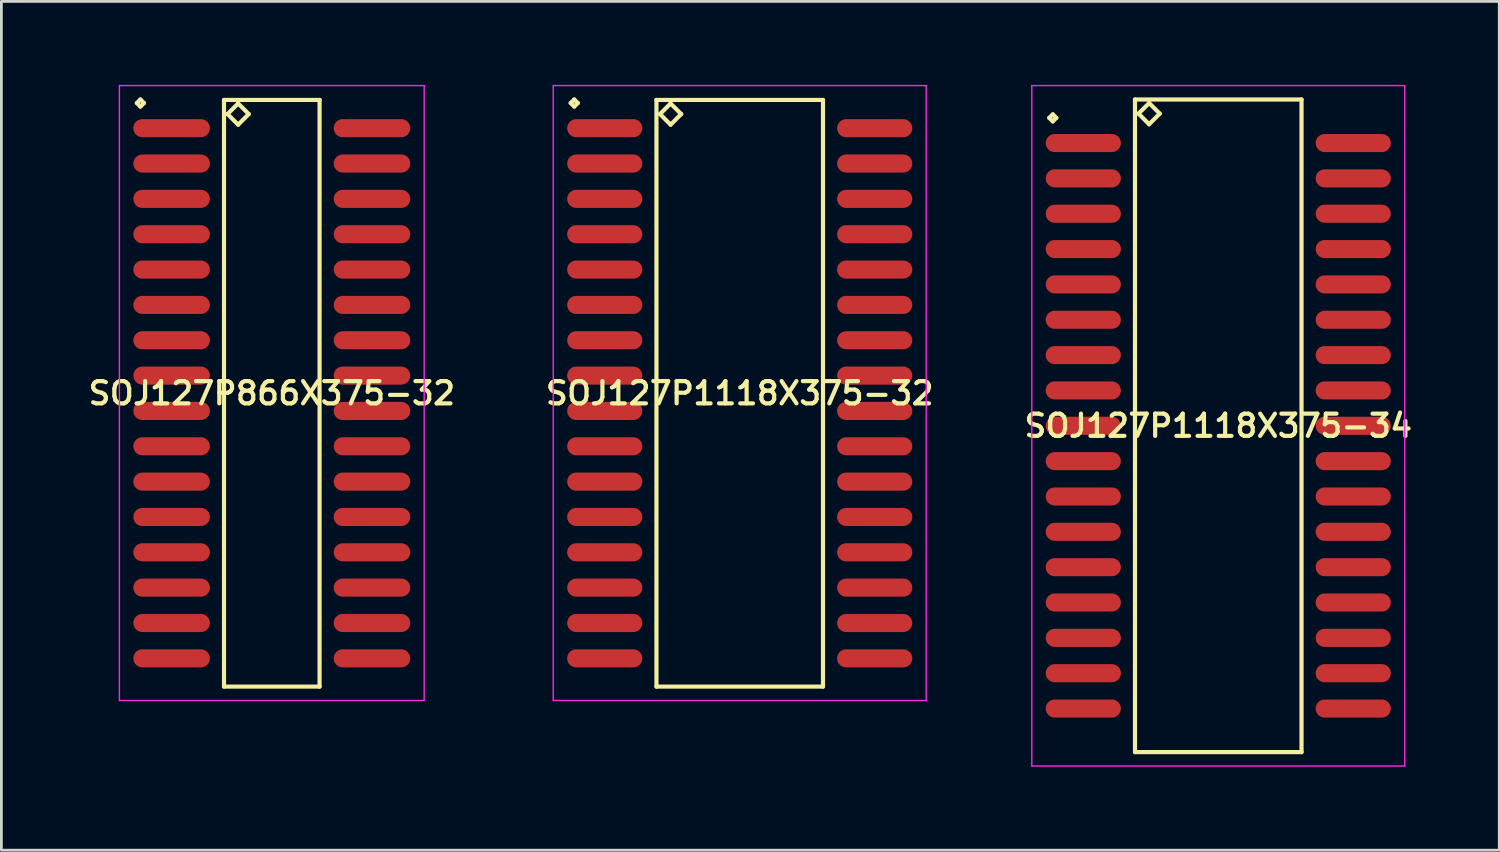
<source format=kicad_pcb>
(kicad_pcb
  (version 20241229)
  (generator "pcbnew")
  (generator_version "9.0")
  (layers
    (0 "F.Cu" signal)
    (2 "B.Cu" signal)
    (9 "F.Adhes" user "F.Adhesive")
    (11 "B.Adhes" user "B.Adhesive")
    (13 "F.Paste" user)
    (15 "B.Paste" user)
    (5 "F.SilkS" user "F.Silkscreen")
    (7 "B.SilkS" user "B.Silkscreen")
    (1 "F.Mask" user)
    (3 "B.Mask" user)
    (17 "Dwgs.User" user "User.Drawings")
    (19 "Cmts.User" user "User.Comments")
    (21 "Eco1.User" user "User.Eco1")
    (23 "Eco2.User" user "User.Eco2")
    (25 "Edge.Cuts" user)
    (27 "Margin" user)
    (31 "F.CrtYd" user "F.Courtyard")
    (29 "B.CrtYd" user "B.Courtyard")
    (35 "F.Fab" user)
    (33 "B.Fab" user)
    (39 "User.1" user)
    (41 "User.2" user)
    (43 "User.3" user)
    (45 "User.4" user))
  (footprint "SOJ127P866X375-32"
    (layer "F.Cu")
    (at 6.716 11.081)
    (property "Reference" "SOJ127P866X375-32" (at 0 0 0) (layer "F.SilkS") (effects (font (size 0.8 0.8) (thickness 0.15))))
    (attr smd)
    (fp_line (start -4.848 -10.429) (end -4.721 -10.556) (stroke (width 0.15) (type solid)) (layer "F.SilkS"))
    (fp_line (start -4.721 -10.556) (end -4.594 -10.429) (stroke (width 0.15) (type solid)) (layer "F.SilkS"))
    (fp_line (start -4.721 -10.302) (end -4.848 -10.429) (stroke (width 0.15) (type solid)) (layer "F.SilkS"))
    (fp_line (start -4.594 -10.429) (end -4.721 -10.302) (stroke (width 0.15) (type solid)) (layer "F.SilkS"))
    (fp_line (start -1.717 -10.54) (end -1.717 10.54) (stroke (width 0.15) (type solid)) (layer "F.SilkS"))
    (fp_line (start -1.717 10.54) (end 1.717 10.54) (stroke (width 0.15) (type solid)) (layer "F.SilkS"))
    (fp_line (start -1.59 -10.032) (end -1.209 -10.413) (stroke (width 0.15) (type solid)) (layer "F.SilkS"))
    (fp_line (start -1.209 -10.413) (end -0.828 -10.032) (stroke (width 0.15) (type solid)) (layer "F.SilkS"))
    (fp_line (start -1.209 -9.651) (end -1.59 -10.032) (stroke (width 0.15) (type solid)) (layer "F.SilkS"))
    (fp_line (start -0.828 -10.032) (end -1.209 -9.651) (stroke (width 0.15) (type solid)) (layer "F.SilkS"))
    (fp_line (start 1.717 -10.54) (end -1.717 -10.54) (stroke (width 0.15) (type solid)) (layer "F.SilkS"))
    (fp_line (start 1.717 10.54) (end 1.717 -10.54) (stroke (width 0.15) (type solid)) (layer "F.SilkS"))
    (fp_line (start -5.475 -11.056) (end 5.475 -11.056) (stroke (width 0.05) (type solid)) (layer "F.CrtYd"))
    (fp_line (start -5.475 11.04) (end -5.475 -11.056) (stroke (width 0.05) (type solid)) (layer "F.CrtYd"))
    (fp_line (start 5.475 -11.056) (end 5.475 11.04) (stroke (width 0.05) (type solid)) (layer "F.CrtYd"))
    (fp_line (start 5.475 11.04) (end -5.475 11.04) (stroke (width 0.05) (type solid)) (layer "F.CrtYd"))
    (pad "1" smd oval (at -3.6 -9.525) (size 2.75 0.65) (layers "F.Cu" "F.Mask" "F.Paste"))
    (pad "2" smd oval (at -3.6 -8.255) (size 2.75 0.65) (layers "F.Cu" "F.Mask" "F.Paste"))
    (pad "3" smd oval (at -3.6 -6.985) (size 2.75 0.65) (layers "F.Cu" "F.Mask" "F.Paste"))
    (pad "4" smd oval (at -3.6 -5.715) (size 2.75 0.65) (layers "F.Cu" "F.Mask" "F.Paste"))
    (pad "5" smd oval (at -3.6 -4.445) (size 2.75 0.65) (layers "F.Cu" "F.Mask" "F.Paste"))
    (pad "6" smd oval (at -3.6 -3.175) (size 2.75 0.65) (layers "F.Cu" "F.Mask" "F.Paste"))
    (pad "7" smd oval (at -3.6 -1.905) (size 2.75 0.65) (layers "F.Cu" "F.Mask" "F.Paste"))
    (pad "8" smd oval (at -3.6 -0.635) (size 2.75 0.65) (layers "F.Cu" "F.Mask" "F.Paste"))
    (pad "9" smd oval (at -3.6 0.635) (size 2.75 0.65) (layers "F.Cu" "F.Mask" "F.Paste"))
    (pad "10" smd oval (at -3.6 1.905) (size 2.75 0.65) (layers "F.Cu" "F.Mask" "F.Paste"))
    (pad "11" smd oval (at -3.6 3.175) (size 2.75 0.65) (layers "F.Cu" "F.Mask" "F.Paste"))
    (pad "12" smd oval (at -3.6 4.445) (size 2.75 0.65) (layers "F.Cu" "F.Mask" "F.Paste"))
    (pad "13" smd oval (at -3.6 5.715) (size 2.75 0.65) (layers "F.Cu" "F.Mask" "F.Paste"))
    (pad "14" smd oval (at -3.6 6.985) (size 2.75 0.65) (layers "F.Cu" "F.Mask" "F.Paste"))
    (pad "15" smd oval (at -3.6 8.255) (size 2.75 0.65) (layers "F.Cu" "F.Mask" "F.Paste"))
    (pad "16" smd oval (at -3.6 9.525) (size 2.75 0.65) (layers "F.Cu" "F.Mask" "F.Paste"))
    (pad "17" smd oval (at 3.6 9.525) (size 2.75 0.65) (layers "F.Cu" "F.Mask" "F.Paste"))
    (pad "18" smd oval (at 3.6 8.255) (size 2.75 0.65) (layers "F.Cu" "F.Mask" "F.Paste"))
    (pad "19" smd oval (at 3.6 6.985) (size 2.75 0.65) (layers "F.Cu" "F.Mask" "F.Paste"))
    (pad "20" smd oval (at 3.6 5.715) (size 2.75 0.65) (layers "F.Cu" "F.Mask" "F.Paste"))
    (pad "21" smd oval (at 3.6 4.445) (size 2.75 0.65) (layers "F.Cu" "F.Mask" "F.Paste"))
    (pad "22" smd oval (at 3.6 3.175) (size 2.75 0.65) (layers "F.Cu" "F.Mask" "F.Paste"))
    (pad "23" smd oval (at 3.6 1.905) (size 2.75 0.65) (layers "F.Cu" "F.Mask" "F.Paste"))
    (pad "24" smd oval (at 3.6 0.635) (size 2.75 0.65) (layers "F.Cu" "F.Mask" "F.Paste"))
    (pad "25" smd oval (at 3.6 -0.635) (size 2.75 0.65) (layers "F.Cu" "F.Mask" "F.Paste"))
    (pad "26" smd oval (at 3.6 -1.905) (size 2.75 0.65) (layers "F.Cu" "F.Mask" "F.Paste"))
    (pad "27" smd oval (at 3.6 -3.175) (size 2.75 0.65) (layers "F.Cu" "F.Mask" "F.Paste"))
    (pad "28" smd oval (at 3.6 -4.445) (size 2.75 0.65) (layers "F.Cu" "F.Mask" "F.Paste"))
    (pad "29" smd oval (at 3.6 -5.715) (size 2.75 0.65) (layers "F.Cu" "F.Mask" "F.Paste"))
    (pad "30" smd oval (at 3.6 -6.985) (size 2.75 0.65) (layers "F.Cu" "F.Mask" "F.Paste"))
    (pad "31" smd oval (at 3.6 -8.255) (size 2.75 0.65) (layers "F.Cu" "F.Mask" "F.Paste"))
    (pad "32" smd oval (at 3.6 -9.525) (size 2.75 0.65) (layers "F.Cu" "F.Mask" "F.Paste")))
  (footprint "SOJ127P1118X375-34"
    (layer "F.Cu")
    (at 40.725 12.25)
    (property "Reference" "SOJ127P1118X375-34" (at 0 0 0) (layer "F.SilkS") (effects (font (size 0.8 0.8) (thickness 0.15))))
    (attr smd)
    (fp_line (start -6.073 -11.064) (end -5.946 -11.191) (stroke (width 0.15) (type solid)) (layer "F.SilkS"))
    (fp_line (start -5.946 -11.191) (end -5.819 -11.064) (stroke (width 0.15) (type solid)) (layer "F.SilkS"))
    (fp_line (start -5.946 -10.937) (end -6.073 -11.064) (stroke (width 0.15) (type solid)) (layer "F.SilkS"))
    (fp_line (start -5.819 -11.064) (end -5.946 -10.937) (stroke (width 0.15) (type solid)) (layer "F.SilkS"))
    (fp_line (start -2.992 -11.725) (end -2.992 11.725) (stroke (width 0.15) (type solid)) (layer "F.SilkS"))
    (fp_line (start -2.992 11.725) (end 2.992 11.725) (stroke (width 0.15) (type solid)) (layer "F.SilkS"))
    (fp_line (start -2.865 -11.217) (end -2.484 -11.598) (stroke (width 0.15) (type solid)) (layer "F.SilkS"))
    (fp_line (start -2.484 -11.598) (end -2.103 -11.217) (stroke (width 0.15) (type solid)) (layer "F.SilkS"))
    (fp_line (start -2.484 -10.836) (end -2.865 -11.217) (stroke (width 0.15) (type solid)) (layer "F.SilkS"))
    (fp_line (start -2.103 -11.217) (end -2.484 -10.836) (stroke (width 0.15) (type solid)) (layer "F.SilkS"))
    (fp_line (start 2.992 -11.725) (end -2.992 -11.725) (stroke (width 0.15) (type solid)) (layer "F.SilkS"))
    (fp_line (start 2.992 11.725) (end 2.992 -11.725) (stroke (width 0.15) (type solid)) (layer "F.SilkS"))
    (fp_line (start -6.7 -12.225) (end 6.7 -12.225) (stroke (width 0.05) (type solid)) (layer "F.CrtYd"))
    (fp_line (start -6.7 12.225) (end -6.7 -12.225) (stroke (width 0.05) (type solid)) (layer "F.CrtYd"))
    (fp_line (start 6.7 -12.225) (end 6.7 12.225) (stroke (width 0.05) (type solid)) (layer "F.CrtYd"))
    (fp_line (start 6.7 12.225) (end -6.7 12.225) (stroke (width 0.05) (type solid)) (layer "F.CrtYd"))
    (pad "1" smd oval (at -4.85 -10.16) (size 2.7 0.65) (layers "F.Cu" "F.Mask" "F.Paste"))
    (pad "2" smd oval (at -4.85 -8.89) (size 2.7 0.65) (layers "F.Cu" "F.Mask" "F.Paste"))
    (pad "3" smd oval (at -4.85 -7.62) (size 2.7 0.65) (layers "F.Cu" "F.Mask" "F.Paste"))
    (pad "4" smd oval (at -4.85 -6.35) (size 2.7 0.65) (layers "F.Cu" "F.Mask" "F.Paste"))
    (pad "5" smd oval (at -4.85 -5.08) (size 2.7 0.65) (layers "F.Cu" "F.Mask" "F.Paste"))
    (pad "6" smd oval (at -4.85 -3.81) (size 2.7 0.65) (layers "F.Cu" "F.Mask" "F.Paste"))
    (pad "7" smd oval (at -4.85 -2.54) (size 2.7 0.65) (layers "F.Cu" "F.Mask" "F.Paste"))
    (pad "8" smd oval (at -4.85 -1.27) (size 2.7 0.65) (layers "F.Cu" "F.Mask" "F.Paste"))
    (pad "9" smd oval (at -4.85 0) (size 2.7 0.65) (layers "F.Cu" "F.Mask" "F.Paste"))
    (pad "10" smd oval (at -4.85 1.27) (size 2.7 0.65) (layers "F.Cu" "F.Mask" "F.Paste"))
    (pad "11" smd oval (at -4.85 2.54) (size 2.7 0.65) (layers "F.Cu" "F.Mask" "F.Paste"))
    (pad "12" smd oval (at -4.85 3.81) (size 2.7 0.65) (layers "F.Cu" "F.Mask" "F.Paste"))
    (pad "13" smd oval (at -4.85 5.08) (size 2.7 0.65) (layers "F.Cu" "F.Mask" "F.Paste"))
    (pad "14" smd oval (at -4.85 6.35) (size 2.7 0.65) (layers "F.Cu" "F.Mask" "F.Paste"))
    (pad "15" smd oval (at -4.85 7.62) (size 2.7 0.65) (layers "F.Cu" "F.Mask" "F.Paste"))
    (pad "16" smd oval (at -4.85 8.89) (size 2.7 0.65) (layers "F.Cu" "F.Mask" "F.Paste"))
    (pad "17" smd oval (at -4.85 10.16) (size 2.7 0.65) (layers "F.Cu" "F.Mask" "F.Paste"))
    (pad "18" smd oval (at 4.85 10.16) (size 2.7 0.65) (layers "F.Cu" "F.Mask" "F.Paste"))
    (pad "19" smd oval (at 4.85 8.89) (size 2.7 0.65) (layers "F.Cu" "F.Mask" "F.Paste"))
    (pad "20" smd oval (at 4.85 7.62) (size 2.7 0.65) (layers "F.Cu" "F.Mask" "F.Paste"))
    (pad "21" smd oval (at 4.85 6.35) (size 2.7 0.65) (layers "F.Cu" "F.Mask" "F.Paste"))
    (pad "22" smd oval (at 4.85 5.08) (size 2.7 0.65) (layers "F.Cu" "F.Mask" "F.Paste"))
    (pad "23" smd oval (at 4.85 3.81) (size 2.7 0.65) (layers "F.Cu" "F.Mask" "F.Paste"))
    (pad "24" smd oval (at 4.85 2.54) (size 2.7 0.65) (layers "F.Cu" "F.Mask" "F.Paste"))
    (pad "25" smd oval (at 4.85 1.27) (size 2.7 0.65) (layers "F.Cu" "F.Mask" "F.Paste"))
    (pad "26" smd oval (at 4.85 0) (size 2.7 0.65) (layers "F.Cu" "F.Mask" "F.Paste"))
    (pad "27" smd oval (at 4.85 -1.27) (size 2.7 0.65) (layers "F.Cu" "F.Mask" "F.Paste"))
    (pad "28" smd oval (at 4.85 -2.54) (size 2.7 0.65) (layers "F.Cu" "F.Mask" "F.Paste"))
    (pad "29" smd oval (at 4.85 -3.81) (size 2.7 0.65) (layers "F.Cu" "F.Mask" "F.Paste"))
    (pad "30" smd oval (at 4.85 -5.08) (size 2.7 0.65) (layers "F.Cu" "F.Mask" "F.Paste"))
    (pad "31" smd oval (at 4.85 -6.35) (size 2.7 0.65) (layers "F.Cu" "F.Mask" "F.Paste"))
    (pad "32" smd oval (at 4.85 -7.62) (size 2.7 0.65) (layers "F.Cu" "F.Mask" "F.Paste"))
    (pad "33" smd oval (at 4.85 -8.89) (size 2.7 0.65) (layers "F.Cu" "F.Mask" "F.Paste"))
    (pad "34" smd oval (at 4.85 -10.16) (size 2.7 0.65) (layers "F.Cu" "F.Mask" "F.Paste")))
  (footprint "SOJ127P1118X375-32"
    (layer "F.Cu")
    (at 23.53 11.081)
    (property "Reference" "SOJ127P1118X375-32" (at 0 0 0) (layer "F.SilkS") (effects (font (size 0.8 0.8) (thickness 0.15))))
    (attr smd)
    (fp_line (start -6.073 -10.429) (end -5.946 -10.556) (stroke (width 0.15) (type solid)) (layer "F.SilkS"))
    (fp_line (start -5.946 -10.556) (end -5.819 -10.429) (stroke (width 0.15) (type solid)) (layer "F.SilkS"))
    (fp_line (start -5.946 -10.302) (end -6.073 -10.429) (stroke (width 0.15) (type solid)) (layer "F.SilkS"))
    (fp_line (start -5.819 -10.429) (end -5.946 -10.302) (stroke (width 0.15) (type solid)) (layer "F.SilkS"))
    (fp_line (start -2.992 -10.54) (end -2.992 10.54) (stroke (width 0.15) (type solid)) (layer "F.SilkS"))
    (fp_line (start -2.992 10.54) (end 2.992 10.54) (stroke (width 0.15) (type solid)) (layer "F.SilkS"))
    (fp_line (start -2.865 -10.032) (end -2.484 -10.413) (stroke (width 0.15) (type solid)) (layer "F.SilkS"))
    (fp_line (start -2.484 -10.413) (end -2.103 -10.032) (stroke (width 0.15) (type solid)) (layer "F.SilkS"))
    (fp_line (start -2.484 -9.651) (end -2.865 -10.032) (stroke (width 0.15) (type solid)) (layer "F.SilkS"))
    (fp_line (start -2.103 -10.032) (end -2.484 -9.651) (stroke (width 0.15) (type solid)) (layer "F.SilkS"))
    (fp_line (start 2.992 -10.54) (end -2.992 -10.54) (stroke (width 0.15) (type solid)) (layer "F.SilkS"))
    (fp_line (start 2.992 10.54) (end 2.992 -10.54) (stroke (width 0.15) (type solid)) (layer "F.SilkS"))
    (fp_line (start -6.7 -11.056) (end 6.7 -11.056) (stroke (width 0.05) (type solid)) (layer "F.CrtYd"))
    (fp_line (start -6.7 11.04) (end -6.7 -11.056) (stroke (width 0.05) (type solid)) (layer "F.CrtYd"))
    (fp_line (start 6.7 -11.056) (end 6.7 11.04) (stroke (width 0.05) (type solid)) (layer "F.CrtYd"))
    (fp_line (start 6.7 11.04) (end -6.7 11.04) (stroke (width 0.05) (type solid)) (layer "F.CrtYd"))
    (pad "1" smd oval (at -4.85 -9.525) (size 2.7 0.65) (layers "F.Cu" "F.Mask" "F.Paste"))
    (pad "2" smd oval (at -4.85 -8.255) (size 2.7 0.65) (layers "F.Cu" "F.Mask" "F.Paste"))
    (pad "3" smd oval (at -4.85 -6.985) (size 2.7 0.65) (layers "F.Cu" "F.Mask" "F.Paste"))
    (pad "4" smd oval (at -4.85 -5.715) (size 2.7 0.65) (layers "F.Cu" "F.Mask" "F.Paste"))
    (pad "5" smd oval (at -4.85 -4.445) (size 2.7 0.65) (layers "F.Cu" "F.Mask" "F.Paste"))
    (pad "6" smd oval (at -4.85 -3.175) (size 2.7 0.65) (layers "F.Cu" "F.Mask" "F.Paste"))
    (pad "7" smd oval (at -4.85 -1.905) (size 2.7 0.65) (layers "F.Cu" "F.Mask" "F.Paste"))
    (pad "8" smd oval (at -4.85 -0.635) (size 2.7 0.65) (layers "F.Cu" "F.Mask" "F.Paste"))
    (pad "9" smd oval (at -4.85 0.635) (size 2.7 0.65) (layers "F.Cu" "F.Mask" "F.Paste"))
    (pad "10" smd oval (at -4.85 1.905) (size 2.7 0.65) (layers "F.Cu" "F.Mask" "F.Paste"))
    (pad "11" smd oval (at -4.85 3.175) (size 2.7 0.65) (layers "F.Cu" "F.Mask" "F.Paste"))
    (pad "12" smd oval (at -4.85 4.445) (size 2.7 0.65) (layers "F.Cu" "F.Mask" "F.Paste"))
    (pad "13" smd oval (at -4.85 5.715) (size 2.7 0.65) (layers "F.Cu" "F.Mask" "F.Paste"))
    (pad "14" smd oval (at -4.85 6.985) (size 2.7 0.65) (layers "F.Cu" "F.Mask" "F.Paste"))
    (pad "15" smd oval (at -4.85 8.255) (size 2.7 0.65) (layers "F.Cu" "F.Mask" "F.Paste"))
    (pad "16" smd oval (at -4.85 9.525) (size 2.7 0.65) (layers "F.Cu" "F.Mask" "F.Paste"))
    (pad "17" smd oval (at 4.85 9.525) (size 2.7 0.65) (layers "F.Cu" "F.Mask" "F.Paste"))
    (pad "18" smd oval (at 4.85 8.255) (size 2.7 0.65) (layers "F.Cu" "F.Mask" "F.Paste"))
    (pad "19" smd oval (at 4.85 6.985) (size 2.7 0.65) (layers "F.Cu" "F.Mask" "F.Paste"))
    (pad "20" smd oval (at 4.85 5.715) (size 2.7 0.65) (layers "F.Cu" "F.Mask" "F.Paste"))
    (pad "21" smd oval (at 4.85 4.445) (size 2.7 0.65) (layers "F.Cu" "F.Mask" "F.Paste"))
    (pad "22" smd oval (at 4.85 3.175) (size 2.7 0.65) (layers "F.Cu" "F.Mask" "F.Paste"))
    (pad "23" smd oval (at 4.85 1.905) (size 2.7 0.65) (layers "F.Cu" "F.Mask" "F.Paste"))
    (pad "24" smd oval (at 4.85 0.635) (size 2.7 0.65) (layers "F.Cu" "F.Mask" "F.Paste"))
    (pad "25" smd oval (at 4.85 -0.635) (size 2.7 0.65) (layers "F.Cu" "F.Mask" "F.Paste"))
    (pad "26" smd oval (at 4.85 -1.905) (size 2.7 0.65) (layers "F.Cu" "F.Mask" "F.Paste"))
    (pad "27" smd oval (at 4.85 -3.175) (size 2.7 0.65) (layers "F.Cu" "F.Mask" "F.Paste"))
    (pad "28" smd oval (at 4.85 -4.445) (size 2.7 0.65) (layers "F.Cu" "F.Mask" "F.Paste"))
    (pad "29" smd oval (at 4.85 -5.715) (size 2.7 0.65) (layers "F.Cu" "F.Mask" "F.Paste"))
    (pad "30" smd oval (at 4.85 -6.985) (size 2.7 0.65) (layers "F.Cu" "F.Mask" "F.Paste"))
    (pad "31" smd oval (at 4.85 -8.255) (size 2.7 0.65) (layers "F.Cu" "F.Mask" "F.Paste"))
    (pad "32" smd oval (at 4.85 -9.525) (size 2.7 0.65) (layers "F.Cu" "F.Mask" "F.Paste")))
  (gr_rect
    (start -3 -3)
    (end 50.822 27.5)
    (stroke (width 0.1) (type default))
    (fill no)
    (layer "Edge.Cuts")))
</source>
